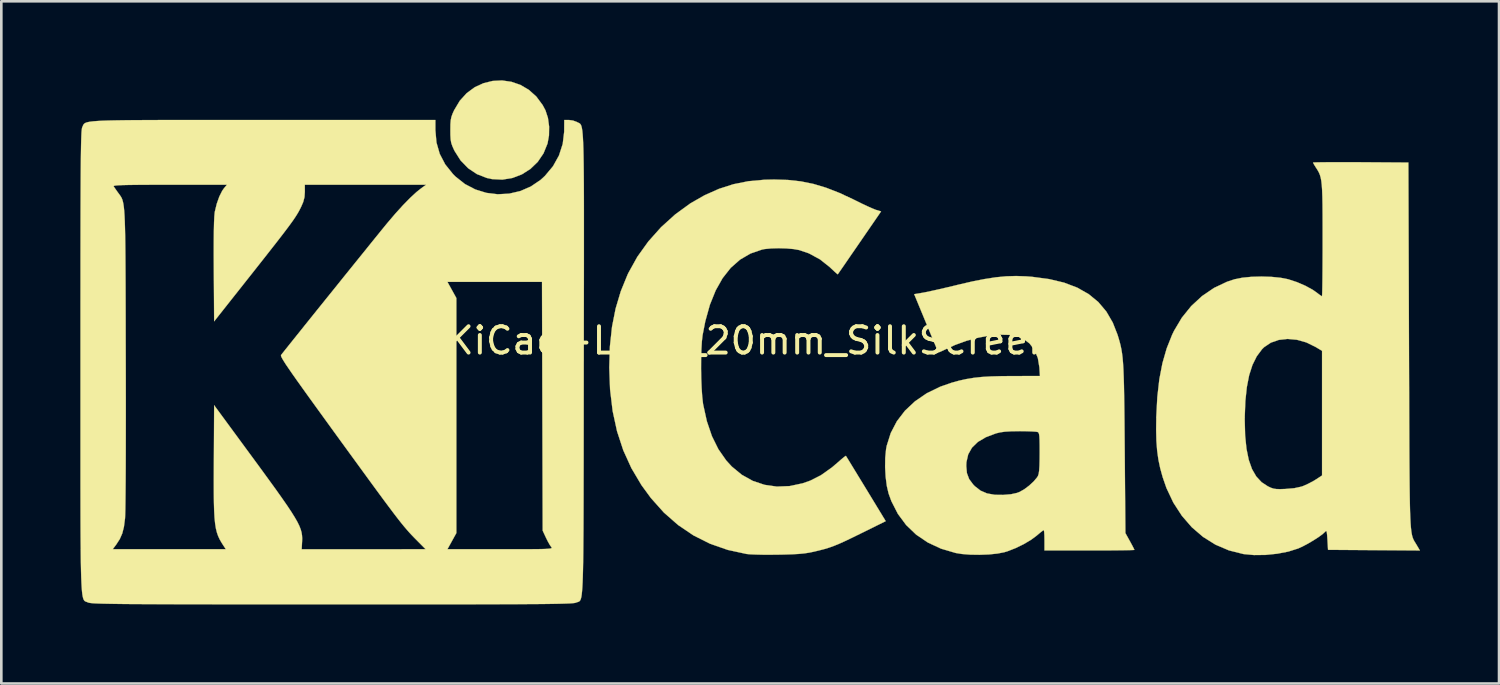
<source format=kicad_pcb>
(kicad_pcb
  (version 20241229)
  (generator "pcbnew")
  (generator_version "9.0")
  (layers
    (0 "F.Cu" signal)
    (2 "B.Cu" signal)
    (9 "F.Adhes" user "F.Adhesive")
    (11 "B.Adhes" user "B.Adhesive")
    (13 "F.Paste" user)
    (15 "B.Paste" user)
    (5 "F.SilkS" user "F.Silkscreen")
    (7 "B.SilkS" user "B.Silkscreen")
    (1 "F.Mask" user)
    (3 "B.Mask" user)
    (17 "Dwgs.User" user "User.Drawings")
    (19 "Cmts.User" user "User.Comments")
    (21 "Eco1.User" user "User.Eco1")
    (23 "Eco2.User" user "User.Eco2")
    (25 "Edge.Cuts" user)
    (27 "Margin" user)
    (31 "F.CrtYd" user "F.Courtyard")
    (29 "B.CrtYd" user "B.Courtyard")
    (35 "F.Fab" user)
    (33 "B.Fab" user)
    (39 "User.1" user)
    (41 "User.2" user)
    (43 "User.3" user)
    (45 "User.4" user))
  (footprint "KiCad-Logo_20mm_SilkScreen"
    (layer "F.Cu")
    (at 25.405 9.881)
    (property "Reference" "KiCad-Logo_20mm_SilkScreen" (at 0 0 0) (layer "F.SilkS") (effects (font (size 1 1) (thickness 0.15))))
    (attr exclude_from_pos_files exclude_from_bom)
    (fp_poly (pts (xy -9.038 -9.825) (xy -8.696 -9.707) (xy -8.378 -9.52) (xy -8.094 -9.266) (xy -7.854 -8.943) (xy -7.746 -8.74) (xy -7.653 -8.455) (xy -7.608 -8.127) (xy -7.613 -7.79) (xy -7.668 -7.484) (xy -7.82 -7.11) (xy -8.04 -6.786) (xy -8.318 -6.518) (xy -8.641 -6.312) (xy -8.999 -6.175) (xy -9.381 -6.112) (xy -9.775 -6.132) (xy -9.969 -6.173) (xy -10.347 -6.32) (xy -10.683 -6.545) (xy -10.969 -6.84) (xy -11.196 -7.198) (xy -11.216 -7.238) (xy -11.282 -7.385) (xy -11.324 -7.508) (xy -11.346 -7.639) (xy -11.356 -7.807) (xy -11.357 -7.989) (xy -11.355 -8.208) (xy -11.343 -8.366) (xy -11.317 -8.494) (xy -11.271 -8.622) (xy -11.213 -8.748) (xy -10.999 -9.106) (xy -10.735 -9.397) (xy -10.432 -9.619) (xy -10.101 -9.772) (xy -9.751 -9.858) (xy -9.393 -9.876) (xy -9.038 -9.825)) (stroke (width 0.01) (type solid)) (fill yes) (layer "F.SilkS"))
    (fp_poly (pts (xy 1.459 -6.099) (xy 1.95 -6.045) (xy 2.425 -5.949) (xy 2.905 -5.805) (xy 3.408 -5.609) (xy 3.953 -5.355) (xy 4.052 -5.306) (xy 4.277 -5.195) (xy 4.49 -5.095) (xy 4.669 -5.016) (xy 4.793 -4.966) (xy 4.812 -4.96) (xy 4.995 -4.905) (xy 4.177 -3.716) (xy 3.977 -3.425) (xy 3.794 -3.16) (xy 3.635 -2.928) (xy 3.505 -2.74) (xy 3.411 -2.604) (xy 3.359 -2.529) (xy 3.35 -2.517) (xy 3.316 -2.541) (xy 3.231 -2.616) (xy 3.112 -2.727) (xy 3.046 -2.79) (xy 2.671 -3.087) (xy 2.251 -3.314) (xy 1.889 -3.437) (xy 1.672 -3.476) (xy 1.399 -3.5) (xy 1.105 -3.508) (xy 0.819 -3.5) (xy 0.574 -3.476) (xy 0.477 -3.457) (xy 0.037 -3.306) (xy -0.359 -3.075) (xy -0.712 -2.764) (xy -1.02 -2.375) (xy -1.284 -1.907) (xy -1.504 -1.362) (xy -1.678 -0.738) (xy -1.782 -0.205) (xy -1.809 0.031) (xy -1.827 0.335) (xy -1.837 0.686) (xy -1.839 1.062) (xy -1.833 1.442) (xy -1.818 1.802) (xy -1.796 2.122) (xy -1.767 2.38) (xy -1.761 2.42) (xy -1.62 3.06) (xy -1.428 3.626) (xy -1.183 4.122) (xy -0.885 4.549) (xy -0.674 4.78) (xy -0.294 5.093) (xy 0.122 5.325) (xy 0.569 5.475) (xy 1.038 5.542) (xy 1.522 5.523) (xy 2.016 5.418) (xy 2.307 5.316) (xy 2.711 5.111) (xy 3.127 4.816) (xy 3.36 4.617) (xy 3.491 4.502) (xy 3.593 4.418) (xy 3.652 4.377) (xy 3.659 4.376) (xy 3.685 4.417) (xy 3.753 4.527) (xy 3.856 4.696) (xy 3.99 4.915) (xy 4.147 5.173) (xy 4.324 5.462) (xy 4.422 5.623) (xy 5.171 6.854) (xy 4.236 7.316) (xy 3.897 7.482) (xy 3.623 7.613) (xy 3.397 7.715) (xy 3.201 7.795) (xy 3.019 7.86) (xy 2.835 7.916) (xy 2.631 7.968) (xy 2.435 8.015) (xy 2.261 8.051) (xy 2.08 8.078) (xy 1.872 8.098) (xy 1.62 8.112) (xy 1.305 8.122) (xy 1.092 8.126) (xy 0.79 8.129) (xy 0.499 8.128) (xy 0.241 8.122) (xy 0.033 8.113) (xy -0.105 8.101) (xy -0.113 8.1) (xy -0.828 7.945) (xy -1.499 7.711) (xy -2.127 7.396) (xy -2.71 7.002) (xy -3.25 6.529) (xy -3.744 5.976) (xy -4.103 5.485) (xy -4.484 4.842) (xy -4.793 4.163) (xy -5.029 3.443) (xy -5.196 2.675) (xy -5.294 1.855) (xy -5.325 1.023) (xy -5.3 0.218) (xy -5.22 -0.525) (xy -5.083 -1.218) (xy -4.887 -1.874) (xy -4.629 -2.506) (xy -4.598 -2.571) (xy -4.258 -3.183) (xy -3.841 -3.764) (xy -3.358 -4.305) (xy -2.821 -4.791) (xy -2.243 -5.212) (xy -1.703 -5.52) (xy -1.158 -5.762) (xy -0.613 -5.937) (xy -0.044 -6.051) (xy 0.567 -6.107) (xy 0.933 -6.115) (xy 1.459 -6.099)) (stroke (width 0.01) (type solid)) (fill yes) (layer "F.SilkS"))
    (fp_poly (pts (xy 22.685 -6.774) (xy 23.072 -6.772) (xy 23.204 -6.772) (xy 25.013 -6.76) (xy 25.036 0.182) (xy 25.039 1.123) (xy 25.042 1.978) (xy 25.044 2.751) (xy 25.047 3.445) (xy 25.049 4.067) (xy 25.052 4.619) (xy 25.056 5.107) (xy 25.06 5.535) (xy 25.065 5.907) (xy 25.071 6.228) (xy 25.078 6.502) (xy 25.087 6.734) (xy 25.097 6.928) (xy 25.109 7.088) (xy 25.123 7.219) (xy 25.139 7.325) (xy 25.157 7.411) (xy 25.178 7.482) (xy 25.201 7.54) (xy 25.227 7.592) (xy 25.255 7.641) (xy 25.287 7.692) (xy 25.322 7.749) (xy 25.329 7.761) (xy 25.45 7.967) (xy 21.963 7.943) (xy 21.941 7.56) (xy 21.928 7.376) (xy 21.915 7.27) (xy 21.898 7.228) (xy 21.871 7.237) (xy 21.849 7.261) (xy 21.754 7.349) (xy 21.598 7.463) (xy 21.403 7.588) (xy 21.192 7.712) (xy 20.987 7.82) (xy 20.83 7.891) (xy 20.46 8.008) (xy 20.037 8.09) (xy 19.59 8.136) (xy 19.152 8.141) (xy 18.753 8.103) (xy 18.746 8.101) (xy 18.2 7.964) (xy 17.689 7.746) (xy 17.218 7.451) (xy 16.791 7.085) (xy 16.415 6.651) (xy 16.092 6.154) (xy 15.83 5.6) (xy 15.687 5.189) (xy 15.592 4.846) (xy 15.522 4.513) (xy 15.475 4.171) (xy 15.447 3.8) (xy 15.437 3.378) (xy 15.442 3.034) (xy 18.801 3.034) (xy 18.816 3.611) (xy 18.867 4.107) (xy 18.953 4.528) (xy 19.076 4.876) (xy 19.238 5.157) (xy 19.44 5.375) (xy 19.674 5.529) (xy 19.796 5.587) (xy 19.901 5.621) (xy 20.019 5.637) (xy 20.177 5.638) (xy 20.347 5.632) (xy 20.682 5.603) (xy 20.947 5.545) (xy 21.03 5.516) (xy 21.22 5.43) (xy 21.421 5.323) (xy 21.508 5.269) (xy 21.736 5.12) (xy 21.736 0.388) (xy 21.485 0.238) (xy 21.136 0.068) (xy 20.779 -0.032) (xy 20.428 -0.064) (xy 20.095 -0.027) (xy 19.794 0.077) (xy 19.538 0.248) (xy 19.455 0.33) (xy 19.255 0.599) (xy 19.094 0.924) (xy 18.969 1.312) (xy 18.88 1.767) (xy 18.824 2.296) (xy 18.801 2.903) (xy 18.801 3.034) (xy 15.442 3.034) (xy 15.443 2.891) (xy 15.482 2.142) (xy 15.559 1.466) (xy 15.677 0.854) (xy 15.838 0.295) (xy 16.043 -0.219) (xy 16.117 -0.372) (xy 16.413 -0.87) (xy 16.77 -1.312) (xy 17.18 -1.691) (xy 17.636 -2.001) (xy 18.128 -2.234) (xy 18.422 -2.331) (xy 18.712 -2.388) (xy 19.06 -2.422) (xy 19.438 -2.432) (xy 19.817 -2.42) (xy 20.166 -2.385) (xy 20.447 -2.33) (xy 20.781 -2.221) (xy 21.105 -2.081) (xy 21.389 -1.925) (xy 21.54 -1.818) (xy 21.644 -1.739) (xy 21.716 -1.691) (xy 21.733 -1.684) (xy 21.738 -1.728) (xy 21.743 -1.854) (xy 21.747 -2.054) (xy 21.751 -2.318) (xy 21.754 -2.637) (xy 21.756 -3.002) (xy 21.758 -3.406) (xy 21.758 -3.816) (xy 21.758 -4.343) (xy 21.757 -4.786) (xy 21.754 -5.156) (xy 21.748 -5.46) (xy 21.739 -5.706) (xy 21.726 -5.905) (xy 21.708 -6.063) (xy 21.684 -6.189) (xy 21.654 -6.292) (xy 21.617 -6.381) (xy 21.572 -6.463) (xy 21.518 -6.548) (xy 21.511 -6.558) (xy 21.442 -6.668) (xy 21.4 -6.743) (xy 21.394 -6.759) (xy 21.438 -6.764) (xy 21.563 -6.768) (xy 21.76 -6.771) (xy 22.019 -6.773) (xy 22.331 -6.774) (xy 22.685 -6.774)) (stroke (width 0.01) (type solid)) (fill yes) (layer "F.SilkS"))
    (fp_poly (pts (xy 10.502 -2.439) (xy 10.727 -2.422) (xy 11.372 -2.336) (xy 11.944 -2.2) (xy 12.444 -2.01) (xy 12.876 -1.765) (xy 13.243 -1.463) (xy 13.547 -1.103) (xy 13.791 -0.683) (xy 13.97 -0.228) (xy 14.015 -0.082) (xy 14.054 0.054) (xy 14.088 0.188) (xy 14.117 0.327) (xy 14.142 0.479) (xy 14.163 0.651) (xy 14.18 0.851) (xy 14.194 1.085) (xy 14.205 1.362) (xy 14.215 1.687) (xy 14.222 2.069) (xy 14.229 2.516) (xy 14.235 3.033) (xy 14.24 3.629) (xy 14.244 4.097) (xy 14.27 7.306) (xy 14.441 7.615) (xy 14.522 7.764) (xy 14.582 7.879) (xy 14.611 7.941) (xy 14.612 7.945) (xy 14.568 7.95) (xy 14.443 7.954) (xy 14.247 7.958) (xy 13.99 7.961) (xy 13.681 7.964) (xy 13.331 7.965) (xy 12.95 7.966) (xy 12.905 7.966) (xy 11.198 7.966) (xy 11.198 7.579) (xy 11.195 7.404) (xy 11.187 7.27) (xy 11.176 7.199) (xy 11.171 7.192) (xy 11.126 7.22) (xy 11.033 7.293) (xy 10.912 7.395) (xy 10.909 7.398) (xy 10.689 7.562) (xy 10.41 7.727) (xy 10.105 7.876) (xy 9.805 7.994) (xy 9.673 8.034) (xy 9.41 8.085) (xy 9.087 8.118) (xy 8.735 8.131) (xy 8.381 8.126) (xy 8.057 8.1) (xy 7.829 8.063) (xy 7.272 7.899) (xy 6.771 7.666) (xy 6.328 7.367) (xy 5.948 7.003) (xy 5.633 6.579) (xy 5.386 6.096) (xy 5.28 5.804) (xy 5.213 5.519) (xy 5.169 5.178) (xy 5.148 4.811) (xy 5.149 4.757) (xy 8.228 4.757) (xy 8.253 5.03) (xy 8.338 5.257) (xy 8.495 5.467) (xy 8.556 5.529) (xy 8.77 5.695) (xy 9.018 5.802) (xy 9.315 5.854) (xy 9.628 5.858) (xy 9.925 5.833) (xy 10.152 5.783) (xy 10.251 5.746) (xy 10.428 5.646) (xy 10.617 5.504) (xy 10.789 5.345) (xy 10.917 5.193) (xy 10.951 5.137) (xy 10.977 5.059) (xy 10.996 4.934) (xy 11.008 4.751) (xy 11.014 4.498) (xy 11.016 4.257) (xy 11.015 3.976) (xy 11.011 3.773) (xy 11.004 3.634) (xy 10.991 3.547) (xy 10.972 3.498) (xy 10.945 3.473) (xy 10.936 3.469) (xy 10.863 3.457) (xy 10.718 3.448) (xy 10.521 3.441) (xy 10.292 3.438) (xy 10.242 3.438) (xy 9.936 3.443) (xy 9.699 3.457) (xy 9.511 3.484) (xy 9.356 3.522) (xy 8.97 3.668) (xy 8.668 3.847) (xy 8.447 4.062) (xy 8.303 4.317) (xy 8.235 4.613) (xy 8.228 4.757) (xy 5.149 4.757) (xy 5.153 4.45) (xy 5.184 4.126) (xy 5.208 3.995) (xy 5.361 3.51) (xy 5.594 3.063) (xy 5.903 2.66) (xy 6.283 2.304) (xy 6.729 1.999) (xy 7.238 1.751) (xy 7.67 1.6) (xy 7.959 1.52) (xy 8.235 1.459) (xy 8.517 1.413) (xy 8.822 1.38) (xy 9.168 1.36) (xy 9.573 1.349) (xy 9.94 1.346) (xy 11.026 1.343) (xy 11.005 1.016) (xy 10.946 0.662) (xy 10.82 0.358) (xy 10.633 0.11) (xy 10.391 -0.072) (xy 10.177 -0.161) (xy 9.87 -0.217) (xy 9.506 -0.225) (xy 9.1 -0.188) (xy 8.67 -0.109) (xy 8.232 0.009) (xy 7.805 0.164) (xy 7.495 0.305) (xy 7.345 0.377) (xy 7.231 0.428) (xy 7.173 0.447) (xy 7.17 0.447) (xy 7.15 0.403) (xy 7.1 0.285) (xy 7.025 0.106) (xy 6.93 -0.123) (xy 6.818 -0.392) (xy 6.705 -0.666) (xy 6.251 -1.764) (xy 6.574 -1.817) (xy 6.714 -1.844) (xy 6.924 -1.889) (xy 7.186 -1.947) (xy 7.483 -2.016) (xy 7.796 -2.09) (xy 7.92 -2.121) (xy 8.46 -2.246) (xy 8.932 -2.339) (xy 9.355 -2.404) (xy 9.745 -2.441) (xy 10.122 -2.452) (xy 10.502 -2.439)) (stroke (width 0.01) (type solid)) (fill yes) (layer "F.SilkS"))
    (fp_poly (pts (xy -19.746 -8.376) (xy -18.869 -8.376) (xy -18.461 -8.376) (xy -11.926 -8.376) (xy -11.926 -7.99) (xy -11.885 -7.522) (xy -11.761 -7.089) (xy -11.553 -6.691) (xy -11.259 -6.324) (xy -11.16 -6.225) (xy -10.803 -5.943) (xy -10.409 -5.738) (xy -9.991 -5.609) (xy -9.559 -5.556) (xy -9.126 -5.579) (xy -8.702 -5.677) (xy -8.301 -5.851) (xy -7.933 -6.101) (xy -7.768 -6.252) (xy -7.46 -6.621) (xy -7.234 -7.027) (xy -7.092 -7.466) (xy -7.036 -7.931) (xy -7.036 -7.977) (xy -7.033 -8.376) (xy -6.858 -8.376) (xy -6.702 -8.355) (xy -6.561 -8.303) (xy -6.551 -8.298) (xy -6.519 -8.281) (xy -6.49 -8.268) (xy -6.463 -8.255) (xy -6.438 -8.238) (xy -6.416 -8.214) (xy -6.396 -8.178) (xy -6.378 -8.127) (xy -6.362 -8.057) (xy -6.348 -7.964) (xy -6.336 -7.845) (xy -6.325 -7.695) (xy -6.316 -7.512) (xy -6.308 -7.29) (xy -6.302 -7.027) (xy -6.297 -6.719) (xy -6.293 -6.361) (xy -6.29 -5.951) (xy -6.288 -5.484) (xy -6.287 -4.957) (xy -6.287 -4.365) (xy -6.287 -3.705) (xy -6.287 -2.974) (xy -6.288 -2.167) (xy -6.29 -1.281) (xy -6.291 -0.312) (xy -6.292 0.744) (xy -6.293 0.873) (xy -6.294 1.935) (xy -6.295 2.911) (xy -6.296 3.803) (xy -6.297 4.615) (xy -6.299 5.352) (xy -6.3 6.016) (xy -6.302 6.611) (xy -6.304 7.142) (xy -6.308 7.613) (xy -6.311 8.026) (xy -6.316 8.385) (xy -6.322 8.695) (xy -6.329 8.96) (xy -6.337 9.182) (xy -6.347 9.366) (xy -6.358 9.515) (xy -6.37 9.634) (xy -6.384 9.726) (xy -6.401 9.795) (xy -6.419 9.844) (xy -6.439 9.877) (xy -6.462 9.899) (xy -6.486 9.913) (xy -6.514 9.922) (xy -6.544 9.931) (xy -6.576 9.942) (xy -6.584 9.946) (xy -6.609 9.954) (xy -6.651 9.962) (xy -6.713 9.968) (xy -6.8 9.975) (xy -6.914 9.98) (xy -7.06 9.985) (xy -7.241 9.99) (xy -7.46 9.994) (xy -7.722 9.998) (xy -8.03 10.001) (xy -8.388 10.003) (xy -8.8 10.006) (xy -9.268 10.008) (xy -9.797 10.009) (xy -10.39 10.011) (xy -11.051 10.012) (xy -11.784 10.012) (xy -12.593 10.013) (xy -13.48 10.013) (xy -14.45 10.013) (xy -15.506 10.013) (xy -15.848 10.013) (xy -16.927 10.013) (xy -17.919 10.013) (xy -18.828 10.012) (xy -19.656 10.012) (xy -20.409 10.011) (xy -21.089 10.01) (xy -21.699 10.009) (xy -22.245 10.007) (xy -22.73 10.005) (xy -23.156 10.003) (xy -23.529 10.001) (xy -23.851 9.998) (xy -24.126 9.994) (xy -24.359 9.99) (xy -24.552 9.986) (xy -24.709 9.981) (xy -24.835 9.976) (xy -24.933 9.97) (xy -25.006 9.963) (xy -25.058 9.956) (xy -25.093 9.948) (xy -25.112 9.941) (xy -25.146 9.927) (xy -25.178 9.916) (xy -25.206 9.905) (xy -25.232 9.891) (xy -25.256 9.869) (xy -25.277 9.836) (xy -25.296 9.788) (xy -25.313 9.721) (xy -25.329 9.631) (xy -25.342 9.515) (xy -25.353 9.369) (xy -25.363 9.189) (xy -25.372 8.972) (xy -25.379 8.713) (xy -25.385 8.409) (xy -25.389 8.056) (xy -25.39 7.92) (xy -24.176 7.92) (xy -19.882 7.92) (xy -19.964 7.795) (xy -20.046 7.667) (xy -20.116 7.544) (xy -20.174 7.419) (xy -20.221 7.283) (xy -20.259 7.128) (xy -20.288 6.944) (xy -20.31 6.724) (xy -20.325 6.458) (xy -20.334 6.138) (xy -20.338 5.757) (xy -20.339 5.304) (xy -20.337 4.771) (xy -20.336 4.573) (xy -20.325 2.454) (xy -18.982 4.282) (xy -18.601 4.8) (xy -18.272 5.252) (xy -17.989 5.642) (xy -17.751 5.978) (xy -17.552 6.264) (xy -17.39 6.508) (xy -17.262 6.714) (xy -17.162 6.889) (xy -17.089 7.039) (xy -17.038 7.17) (xy -17.006 7.287) (xy -16.989 7.398) (xy -16.983 7.507) (xy -16.986 7.621) (xy -16.987 7.635) (xy -17.002 7.921) (xy -14.649 7.921) (xy -12.296 7.92) (xy -12.646 7.567) (xy -12.741 7.471) (xy -12.831 7.377) (xy -12.92 7.281) (xy -13.012 7.176) (xy -13.112 7.059) (xy -13.222 6.924) (xy -13.347 6.765) (xy -13.491 6.578) (xy -13.657 6.357) (xy -13.851 6.098) (xy -14.075 5.794) (xy -14.334 5.441) (xy -14.631 5.034) (xy -14.971 4.567) (xy -15.358 4.036) (xy -15.675 3.6) (xy -16.072 3.052) (xy -16.419 2.573) (xy -16.718 2.159) (xy -16.973 1.804) (xy -17.187 1.504) (xy -17.362 1.255) (xy -17.502 1.052) (xy -17.611 0.891) (xy -17.69 0.766) (xy -17.744 0.674) (xy -17.776 0.61) (xy -17.788 0.569) (xy -17.784 0.548) (xy -17.74 0.491) (xy -17.644 0.37) (xy -17.503 0.193) (xy -17.322 -0.033) (xy -17.106 -0.302) (xy -16.863 -0.606) (xy -16.597 -0.937) (xy -16.314 -1.289) (xy -16.02 -1.654) (xy -15.72 -2.026) (xy -15.556 -2.23) (xy -11.469 -2.23) (xy -11.13 -1.616) (xy -11.13 7.306) (xy -11.469 7.92) (xy -9.46 7.92) (xy -8.981 7.92) (xy -8.584 7.92) (xy -8.264 7.918) (xy -8.012 7.916) (xy -7.821 7.912) (xy -7.683 7.906) (xy -7.59 7.898) (xy -7.536 7.888) (xy -7.512 7.875) (xy -7.51 7.859) (xy -7.524 7.84) (xy -7.524 7.84) (xy -7.582 7.757) (xy -7.658 7.622) (xy -7.725 7.487) (xy -7.852 7.215) (xy -7.865 2.492) (xy -7.878 -2.23) (xy -11.469 -2.23) (xy -15.556 -2.23) (xy -15.422 -2.397) (xy -15.129 -2.76) (xy -14.849 -3.107) (xy -14.586 -3.432) (xy -14.348 -3.728) (xy -14.138 -3.987) (xy -13.964 -4.202) (xy -13.831 -4.365) (xy -13.752 -4.461) (xy -13.448 -4.818) (xy -13.156 -5.14) (xy -12.885 -5.417) (xy -12.646 -5.638) (xy -12.477 -5.773) (xy -12.277 -5.918) (xy -16.883 -5.918) (xy -16.882 -5.647) (xy -16.895 -5.449) (xy -16.943 -5.264) (xy -17.018 -5.09) (xy -17.067 -4.991) (xy -17.119 -4.893) (xy -17.18 -4.79) (xy -17.254 -4.674) (xy -17.346 -4.54) (xy -17.461 -4.381) (xy -17.603 -4.191) (xy -17.778 -3.962) (xy -17.99 -3.689) (xy -18.244 -3.365) (xy -18.544 -2.983) (xy -18.896 -2.537) (xy -18.936 -2.487) (xy -20.325 -0.731) (xy -20.338 -2.676) (xy -20.341 -3.258) (xy -20.34 -3.751) (xy -20.336 -4.157) (xy -20.329 -4.476) (xy -20.318 -4.711) (xy -20.304 -4.862) (xy -20.3 -4.891) (xy -20.226 -5.195) (xy -20.129 -5.468) (xy -20.019 -5.688) (xy -19.953 -5.782) (xy -19.839 -5.918) (xy -22.007 -5.918) (xy -22.525 -5.917) (xy -22.957 -5.916) (xy -23.312 -5.913) (xy -23.594 -5.909) (xy -23.81 -5.904) (xy -23.967 -5.897) (xy -24.07 -5.888) (xy -24.127 -5.877) (xy -24.143 -5.864) (xy -24.142 -5.861) (xy -24.096 -5.791) (xy -24.019 -5.681) (xy -23.98 -5.626) (xy -23.938 -5.57) (xy -23.902 -5.52) (xy -23.869 -5.472) (xy -23.839 -5.419) (xy -23.813 -5.358) (xy -23.791 -5.283) (xy -23.771 -5.189) (xy -23.754 -5.072) (xy -23.74 -4.927) (xy -23.728 -4.748) (xy -23.718 -4.532) (xy -23.71 -4.272) (xy -23.703 -3.964) (xy -23.698 -3.604) (xy -23.694 -3.186) (xy -23.691 -2.706) (xy -23.688 -2.158) (xy -23.686 -1.537) (xy -23.684 -0.84) (xy -23.683 -0.061) (xy -23.681 0.656) (xy -23.679 1.454) (xy -23.678 2.216) (xy -23.678 2.936) (xy -23.679 3.61) (xy -23.68 4.232) (xy -23.682 4.799) (xy -23.685 5.304) (xy -23.689 5.744) (xy -23.693 6.113) (xy -23.697 6.406) (xy -23.703 6.619) (xy -23.708 6.746) (xy -23.71 6.76) (xy -23.75 7.069) (xy -23.813 7.318) (xy -23.908 7.535) (xy -24.047 7.749) (xy -24.065 7.772) (xy -24.176 7.92) (xy -25.39 7.92) (xy -25.393 7.65) (xy -25.396 7.188) (xy -25.398 6.666) (xy -25.399 6.079) (xy -25.4 5.425) (xy -25.4 4.7) (xy -25.4 3.899) (xy -25.4 3.019) (xy -25.4 2.056) (xy -25.4 1.007) (xy -25.4 0.799) (xy -25.4 -0.261) (xy -25.4 -1.234) (xy -25.399 -2.124) (xy -25.399 -2.933) (xy -25.398 -3.667) (xy -25.397 -4.328) (xy -25.396 -4.921) (xy -25.394 -5.448) (xy -25.392 -5.915) (xy -25.39 -6.324) (xy -25.387 -6.679) (xy -25.384 -6.985) (xy -25.38 -7.244) (xy -25.376 -7.461) (xy -25.371 -7.639) (xy -25.366 -7.782) (xy -25.361 -7.894) (xy -25.354 -7.978) (xy -25.347 -8.039) (xy -25.34 -8.079) (xy -25.331 -8.103) (xy -25.331 -8.104) (xy -25.314 -8.141) (xy -25.3 -8.174) (xy -25.284 -8.204) (xy -25.262 -8.231) (xy -25.23 -8.255) (xy -25.183 -8.277) (xy -25.118 -8.295) (xy -25.029 -8.311) (xy -24.912 -8.325) (xy -24.763 -8.337) (xy -24.577 -8.347) (xy -24.35 -8.355) (xy -24.079 -8.361) (xy -23.757 -8.366) (xy -23.381 -8.37) (xy -22.947 -8.372) (xy -22.45 -8.374) (xy -21.886 -8.375) (xy -21.25 -8.376) (xy -20.538 -8.376) (xy -19.746 -8.376)) (stroke (width 0.01) (type solid)) (fill yes) (layer "F.SilkS")))
  (gr_rect
    (start -3 -3)
    (end 53.86 22.899)
    (stroke (width 0.1) (type default))
    (fill no)
    (layer "Edge.Cuts")))
</source>
